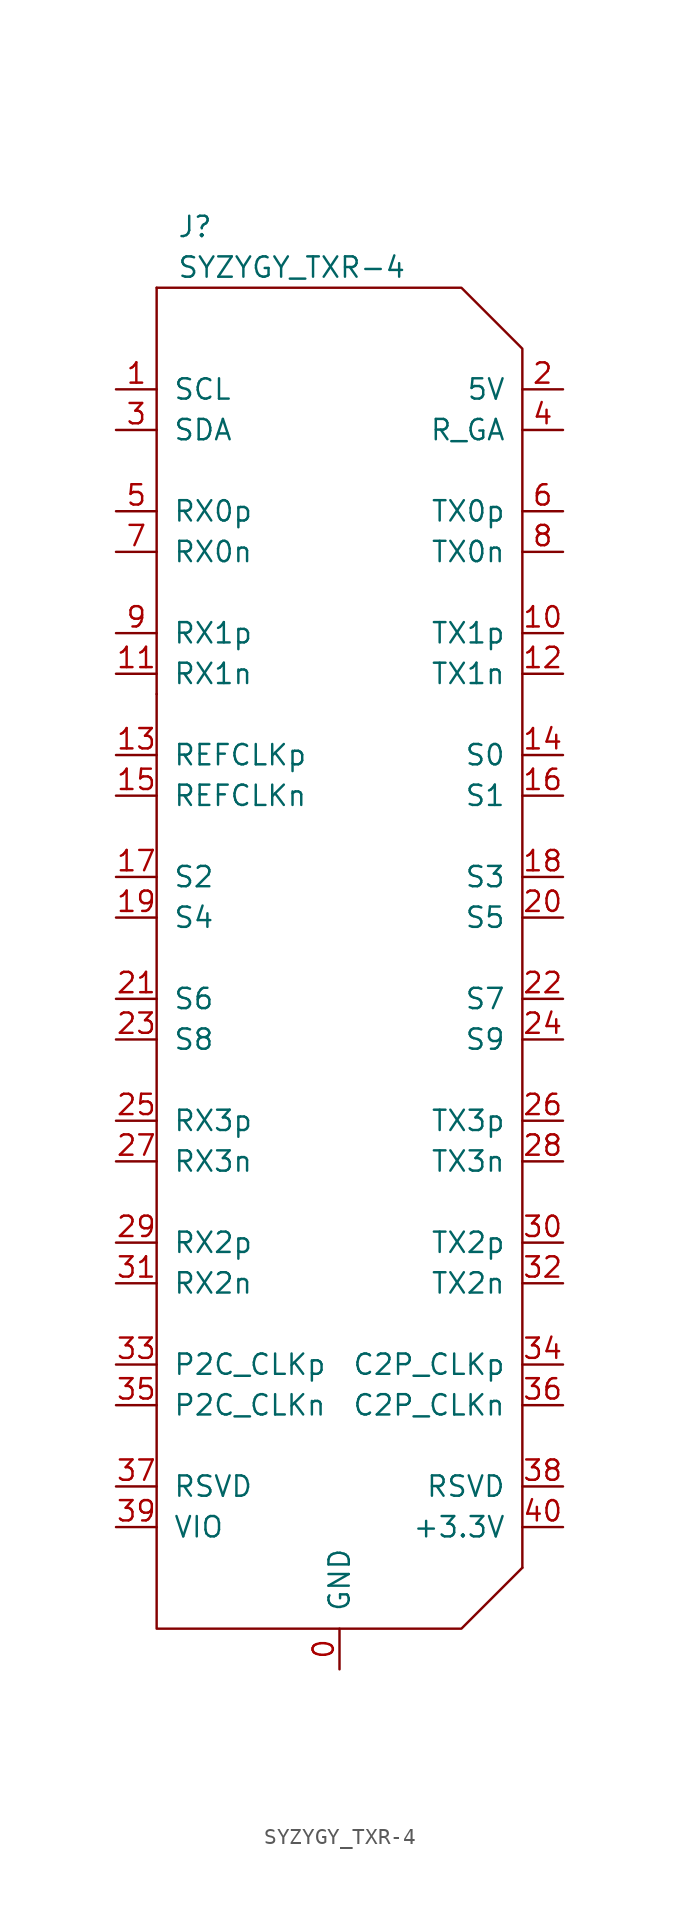
<source format=kicad_sym>
(kicad_symbol_lib
  (version 20231120)
  (generator "kicad_symbol_editor")
  (generator_version "8.0")
  (symbol "SYZYGY_TXR-4"
    (pin_names
      (offset 1.016))
    (property "Reference" "J"
      (at -10.16 45.72 0)
      (effects (font (size 1.27 1.27)) (justify left)))
    (property "Value" "SYZYGY_TXR-4"
      (at -10.16 43.18 0)
      (effects (font (size 1.27 1.27)) (justify left)))
    (symbol "SYZYGY_TXR-4_0_1"
      (polyline (pts (xy -11.43 41.91) (xy -11.43 16.51)) (stroke (width 0) (type solid)) (fill (type none)))
      (polyline (pts (xy 11.43 -38.1) (xy 11.43 -12.7)) (stroke (width 0) (type solid)) (fill (type none)))
      (polyline (pts (xy -11.43 16.51) (xy -11.43 -41.91) (xy 7.62 -41.91) (xy 11.43 -38.1)) (stroke (width 0) (type solid)) (fill (type none)))
      (polyline (pts (xy 11.43 -12.7) (xy 11.43 38.1) (xy 7.62 41.91) (xy -11.43 41.91)) (stroke (width 0) (type solid)) (fill (type none))))
    (symbol "SYZYGY_TXR-4_1_1"
      (pin passive line (at 0 -44.45 90) (length 2.54) (name "GND" (effects (font (size 1.27 1.27)))) (number "0" (effects (font (size 1.27 1.27)))))
      (pin passive line (at -13.97 35.56 0) (length 2.54) (name "SCL" (effects (font (size 1.27 1.27)))) (number "1" (effects (font (size 1.27 1.27)))))
      (pin passive line (at 13.97 20.32 180) (length 2.54) (name "TX1p" (effects (font (size 1.27 1.27)))) (number "10" (effects (font (size 1.27 1.27)))))
      (pin passive line (at -13.97 17.78 0) (length 2.54) (name "RX1n" (effects (font (size 1.27 1.27)))) (number "11" (effects (font (size 1.27 1.27)))))
      (pin passive line (at 13.97 17.78 180) (length 2.54) (name "TX1n" (effects (font (size 1.27 1.27)))) (number "12" (effects (font (size 1.27 1.27)))))
      (pin passive line (at -13.97 12.7 0) (length 2.54) (name "REFCLKp" (effects (font (size 1.27 1.27)))) (number "13" (effects (font (size 1.27 1.27)))))
      (pin passive line (at 13.97 12.7 180) (length 2.54) (name "S0" (effects (font (size 1.27 1.27)))) (number "14" (effects (font (size 1.27 1.27)))))
      (pin passive line (at -13.97 10.16 0) (length 2.54) (name "REFCLKn" (effects (font (size 1.27 1.27)))) (number "15" (effects (font (size 1.27 1.27)))))
      (pin passive line (at 13.97 10.16 180) (length 2.54) (name "S1" (effects (font (size 1.27 1.27)))) (number "16" (effects (font (size 1.27 1.27)))))
      (pin passive line (at -13.97 5.08 0) (length 2.54) (name "S2" (effects (font (size 1.27 1.27)))) (number "17" (effects (font (size 1.27 1.27)))))
      (pin passive line (at 13.97 5.08 180) (length 2.54) (name "S3" (effects (font (size 1.27 1.27)))) (number "18" (effects (font (size 1.27 1.27)))))
      (pin passive line (at -13.97 2.54 0) (length 2.54) (name "S4" (effects (font (size 1.27 1.27)))) (number "19" (effects (font (size 1.27 1.27)))))
      (pin power_out line (at 13.97 35.56 180) (length 2.54) (name "5V" (effects (font (size 1.27 1.27)))) (number "2" (effects (font (size 1.27 1.27)))))
      (pin passive line (at 13.97 2.54 180) (length 2.54) (name "S5" (effects (font (size 1.27 1.27)))) (number "20" (effects (font (size 1.27 1.27)))))
      (pin passive line (at -13.97 -2.54 0) (length 2.54) (name "S6" (effects (font (size 1.27 1.27)))) (number "21" (effects (font (size 1.27 1.27)))))
      (pin passive line (at 13.97 -2.54 180) (length 2.54) (name "S7" (effects (font (size 1.27 1.27)))) (number "22" (effects (font (size 1.27 1.27)))))
      (pin passive line (at -13.97 -5.08 0) (length 2.54) (name "S8" (effects (font (size 1.27 1.27)))) (number "23" (effects (font (size 1.27 1.27)))))
      (pin passive line (at 13.97 -5.08 180) (length 2.54) (name "S9" (effects (font (size 1.27 1.27)))) (number "24" (effects (font (size 1.27 1.27)))))
      (pin passive line (at -13.97 -10.16 0) (length 2.54) (name "RX3p" (effects (font (size 1.27 1.27)))) (number "25" (effects (font (size 1.27 1.27)))))
      (pin passive line (at 13.97 -10.16 180) (length 2.54) (name "TX3p" (effects (font (size 1.27 1.27)))) (number "26" (effects (font (size 1.27 1.27)))))
      (pin passive line (at -13.97 -12.7 0) (length 2.54) (name "RX3n" (effects (font (size 1.27 1.27)))) (number "27" (effects (font (size 1.27 1.27)))))
      (pin passive line (at 13.97 -12.7 180) (length 2.54) (name "TX3n" (effects (font (size 1.27 1.27)))) (number "28" (effects (font (size 1.27 1.27)))))
      (pin passive line (at -13.97 -17.78 0) (length 2.54) (name "RX2p" (effects (font (size 1.27 1.27)))) (number "29" (effects (font (size 1.27 1.27)))))
      (pin passive line (at -13.97 33.02 0) (length 2.54) (name "SDA" (effects (font (size 1.27 1.27)))) (number "3" (effects (font (size 1.27 1.27)))))
      (pin passive line (at 13.97 -17.78 180) (length 2.54) (name "TX2p" (effects (font (size 1.27 1.27)))) (number "30" (effects (font (size 1.27 1.27)))))
      (pin passive line (at -13.97 -20.32 0) (length 2.54) (name "RX2n" (effects (font (size 1.27 1.27)))) (number "31" (effects (font (size 1.27 1.27)))))
      (pin passive line (at 13.97 -20.32 180) (length 2.54) (name "TX2n" (effects (font (size 1.27 1.27)))) (number "32" (effects (font (size 1.27 1.27)))))
      (pin passive line (at -13.97 -25.4 0) (length 2.54) (name "P2C_CLKp" (effects (font (size 1.27 1.27)))) (number "33" (effects (font (size 1.27 1.27)))))
      (pin passive line (at 13.97 -25.4 180) (length 2.54) (name "C2P_CLKp" (effects (font (size 1.27 1.27)))) (number "34" (effects (font (size 1.27 1.27)))))
      (pin passive line (at -13.97 -27.94 0) (length 2.54) (name "P2C_CLKn" (effects (font (size 1.27 1.27)))) (number "35" (effects (font (size 1.27 1.27)))))
      (pin passive line (at 13.97 -27.94 180) (length 2.54) (name "C2P_CLKn" (effects (font (size 1.27 1.27)))) (number "36" (effects (font (size 1.27 1.27)))))
      (pin passive line (at -13.97 -33.02 0) (length 2.54) (name "RSVD" (effects (font (size 1.27 1.27)))) (number "37" (effects (font (size 1.27 1.27)))))
      (pin passive line (at 13.97 -33.02 180) (length 2.54) (name "RSVD" (effects (font (size 1.27 1.27)))) (number "38" (effects (font (size 1.27 1.27)))))
      (pin power_out line (at -13.97 -35.56 0) (length 2.54) (name "VIO" (effects (font (size 1.27 1.27)))) (number "39" (effects (font (size 1.27 1.27)))))
      (pin passive line (at 13.97 33.02 180) (length 2.54) (name "R_GA" (effects (font (size 1.27 1.27)))) (number "4" (effects (font (size 1.27 1.27)))))
      (pin power_out line (at 13.97 -35.56 180) (length 2.54) (name "+3.3V" (effects (font (size 1.27 1.27)))) (number "40" (effects (font (size 1.27 1.27)))))
      (pin passive line (at -13.97 27.94 0) (length 2.54) (name "RX0p" (effects (font (size 1.27 1.27)))) (number "5" (effects (font (size 1.27 1.27)))))
      (pin passive line (at 13.97 27.94 180) (length 2.54) (name "TX0p" (effects (font (size 1.27 1.27)))) (number "6" (effects (font (size 1.27 1.27)))))
      (pin passive line (at -13.97 25.4 0) (length 2.54) (name "RX0n" (effects (font (size 1.27 1.27)))) (number "7" (effects (font (size 1.27 1.27)))))
      (pin passive line (at 13.97 25.4 180) (length 2.54) (name "TX0n" (effects (font (size 1.27 1.27)))) (number "8" (effects (font (size 1.27 1.27)))))
      (pin passive line (at -13.97 20.32 0) (length 2.54) (name "RX1p" (effects (font (size 1.27 1.27)))) (number "9" (effects (font (size 1.27 1.27))))))))
</source>
